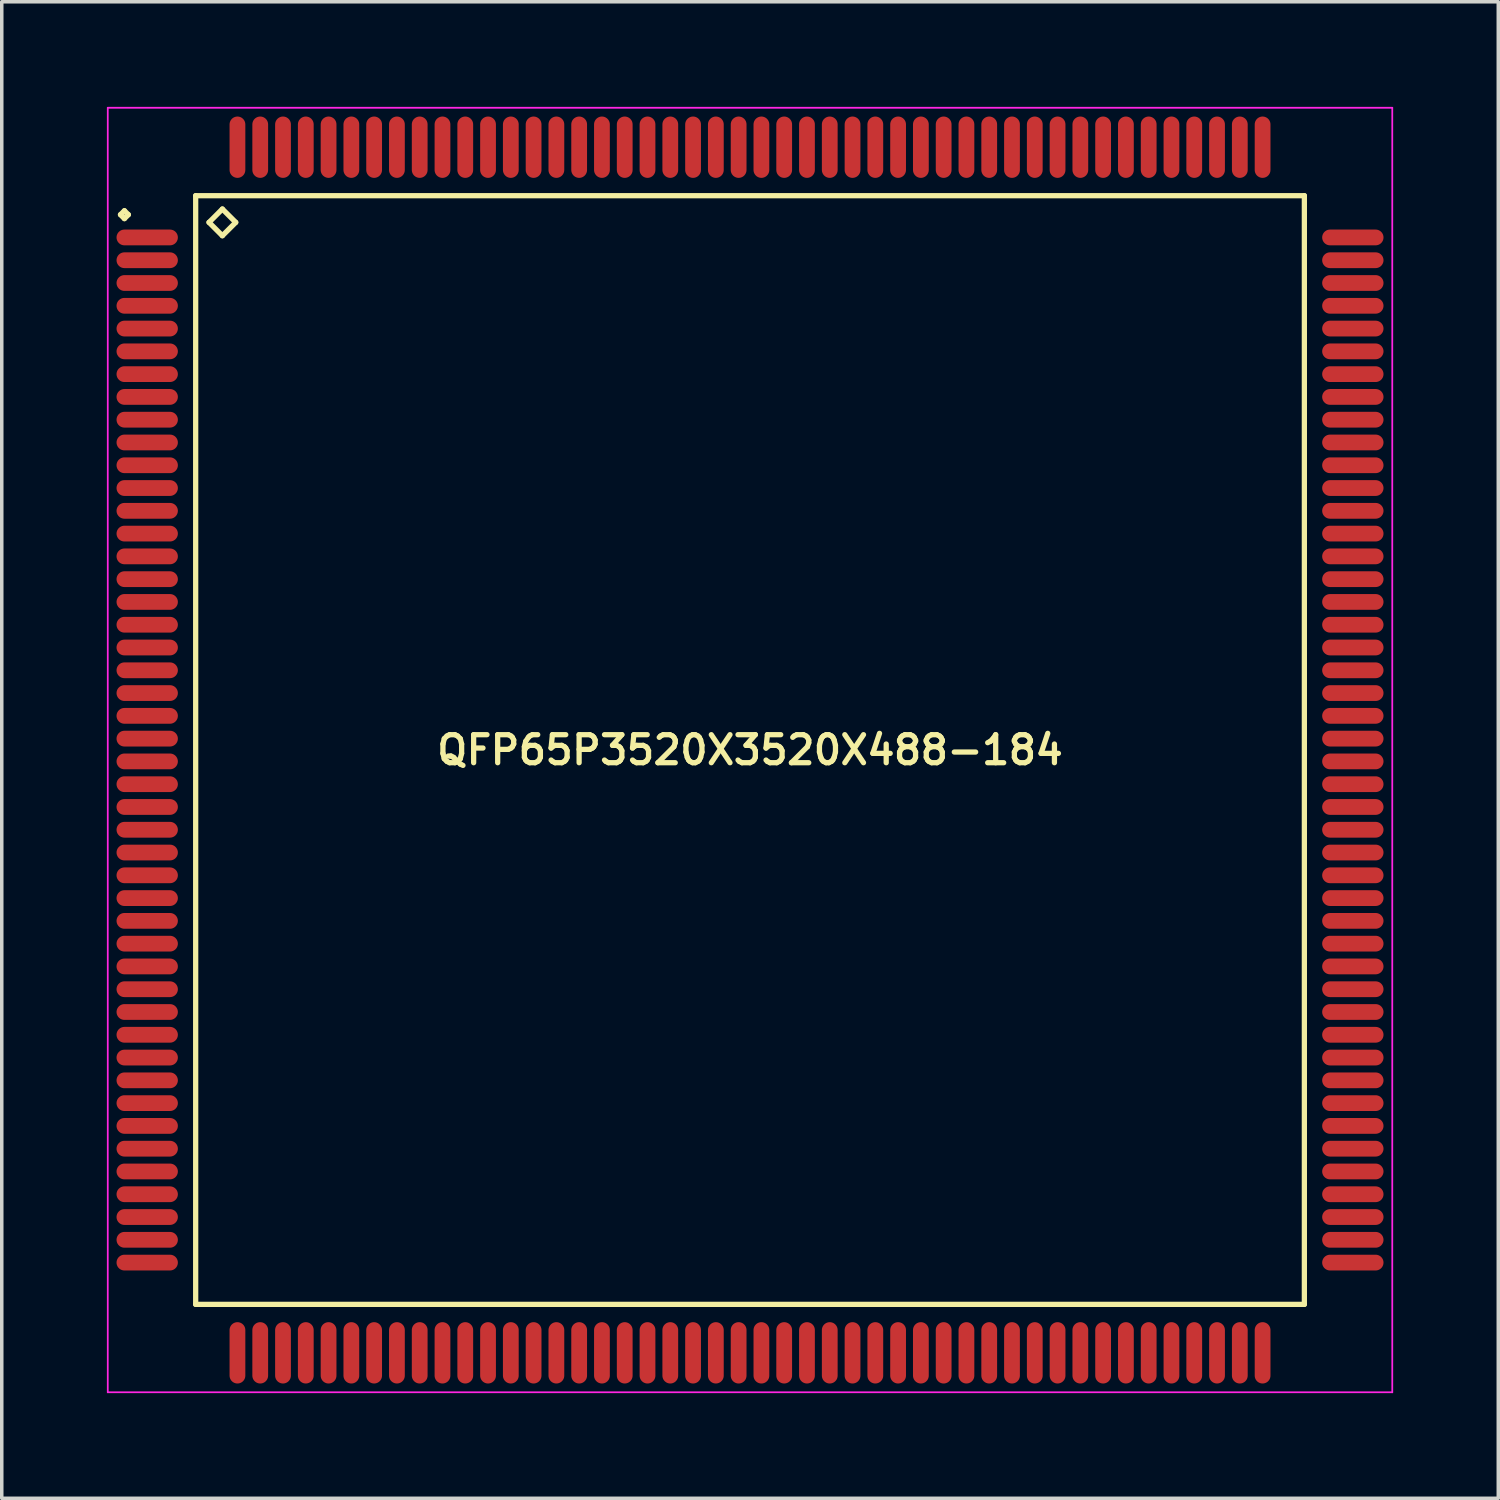
<source format=kicad_pcb>
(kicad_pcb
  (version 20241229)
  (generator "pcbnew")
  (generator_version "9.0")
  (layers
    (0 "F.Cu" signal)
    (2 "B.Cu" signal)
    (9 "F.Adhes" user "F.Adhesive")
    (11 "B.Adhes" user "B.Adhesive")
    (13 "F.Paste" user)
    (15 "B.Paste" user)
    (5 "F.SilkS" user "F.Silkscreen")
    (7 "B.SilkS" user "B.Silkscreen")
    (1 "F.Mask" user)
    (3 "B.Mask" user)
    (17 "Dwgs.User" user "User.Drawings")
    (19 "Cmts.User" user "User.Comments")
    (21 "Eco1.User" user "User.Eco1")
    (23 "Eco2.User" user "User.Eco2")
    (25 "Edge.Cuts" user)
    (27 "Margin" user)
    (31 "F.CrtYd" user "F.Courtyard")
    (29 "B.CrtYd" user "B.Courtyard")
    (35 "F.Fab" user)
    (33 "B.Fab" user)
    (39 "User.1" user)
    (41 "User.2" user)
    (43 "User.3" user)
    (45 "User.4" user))
  (footprint "QFP65P3520X3520X488-184"
    (layer "F.Cu")
    (at 18.35 18.35)
    (property "Reference" "QFP65P3520X3520X488-184" (at 0 0 0) (layer "F.SilkS") (effects (font (size 0.8 0.8) (thickness 0.15))))
    (attr smd)
    (fp_line (start -17.962 -15.275) (end -17.85 -15.387) (stroke (width 0.15) (type solid)) (layer "F.SilkS"))
    (fp_line (start -17.85 -15.387) (end -17.738 -15.275) (stroke (width 0.15) (type solid)) (layer "F.SilkS"))
    (fp_line (start -17.85 -15.162) (end -17.962 -15.275) (stroke (width 0.15) (type solid)) (layer "F.SilkS"))
    (fp_line (start -17.738 -15.275) (end -17.85 -15.162) (stroke (width 0.15) (type solid)) (layer "F.SilkS"))
    (fp_line (start -15.817 -15.817) (end -15.817 15.817) (stroke (width 0.15) (type solid)) (layer "F.SilkS"))
    (fp_line (start -15.817 15.817) (end 15.817 15.817) (stroke (width 0.15) (type solid)) (layer "F.SilkS"))
    (fp_line (start -15.436 -15.055) (end -15.055 -15.436) (stroke (width 0.15) (type solid)) (layer "F.SilkS"))
    (fp_line (start -15.055 -15.436) (end -14.674 -15.055) (stroke (width 0.15) (type solid)) (layer "F.SilkS"))
    (fp_line (start -15.055 -14.674) (end -15.436 -15.055) (stroke (width 0.15) (type solid)) (layer "F.SilkS"))
    (fp_line (start -14.674 -15.055) (end -15.055 -14.674) (stroke (width 0.15) (type solid)) (layer "F.SilkS"))
    (fp_line (start 15.817 -15.817) (end -15.817 -15.817) (stroke (width 0.15) (type solid)) (layer "F.SilkS"))
    (fp_line (start 15.817 15.817) (end 15.817 -15.817) (stroke (width 0.15) (type solid)) (layer "F.SilkS"))
    (fp_line (start -18.325 -18.325) (end 18.325 -18.325) (stroke (width 0.05) (type solid)) (layer "F.CrtYd"))
    (fp_line (start -18.325 18.325) (end -18.325 -18.325) (stroke (width 0.05) (type solid)) (layer "F.CrtYd"))
    (fp_line (start 18.325 -18.325) (end 18.325 18.325) (stroke (width 0.05) (type solid)) (layer "F.CrtYd"))
    (fp_line (start 18.325 18.325) (end -18.325 18.325) (stroke (width 0.05) (type solid)) (layer "F.CrtYd"))
    (pad "1" smd oval (at -17.2 -14.625) (size 1.75 0.45) (layers "F.Cu" "F.Mask" "F.Paste"))
    (pad "2" smd oval (at -17.2 -13.975) (size 1.75 0.45) (layers "F.Cu" "F.Mask" "F.Paste"))
    (pad "3" smd oval (at -17.2 -13.325) (size 1.75 0.45) (layers "F.Cu" "F.Mask" "F.Paste"))
    (pad "4" smd oval (at -17.2 -12.675) (size 1.75 0.45) (layers "F.Cu" "F.Mask" "F.Paste"))
    (pad "5" smd oval (at -17.2 -12.025) (size 1.75 0.45) (layers "F.Cu" "F.Mask" "F.Paste"))
    (pad "6" smd oval (at -17.2 -11.375) (size 1.75 0.45) (layers "F.Cu" "F.Mask" "F.Paste"))
    (pad "7" smd oval (at -17.2 -10.725) (size 1.75 0.45) (layers "F.Cu" "F.Mask" "F.Paste"))
    (pad "8" smd oval (at -17.2 -10.075) (size 1.75 0.45) (layers "F.Cu" "F.Mask" "F.Paste"))
    (pad "9" smd oval (at -17.2 -9.425) (size 1.75 0.45) (layers "F.Cu" "F.Mask" "F.Paste"))
    (pad "10" smd oval (at -17.2 -8.775) (size 1.75 0.45) (layers "F.Cu" "F.Mask" "F.Paste"))
    (pad "11" smd oval (at -17.2 -8.125) (size 1.75 0.45) (layers "F.Cu" "F.Mask" "F.Paste"))
    (pad "12" smd oval (at -17.2 -7.475) (size 1.75 0.45) (layers "F.Cu" "F.Mask" "F.Paste"))
    (pad "13" smd oval (at -17.2 -6.825) (size 1.75 0.45) (layers "F.Cu" "F.Mask" "F.Paste"))
    (pad "14" smd oval (at -17.2 -6.175) (size 1.75 0.45) (layers "F.Cu" "F.Mask" "F.Paste"))
    (pad "15" smd oval (at -17.2 -5.525) (size 1.75 0.45) (layers "F.Cu" "F.Mask" "F.Paste"))
    (pad "16" smd oval (at -17.2 -4.875) (size 1.75 0.45) (layers "F.Cu" "F.Mask" "F.Paste"))
    (pad "17" smd oval (at -17.2 -4.225) (size 1.75 0.45) (layers "F.Cu" "F.Mask" "F.Paste"))
    (pad "18" smd oval (at -17.2 -3.575) (size 1.75 0.45) (layers "F.Cu" "F.Mask" "F.Paste"))
    (pad "19" smd oval (at -17.2 -2.925) (size 1.75 0.45) (layers "F.Cu" "F.Mask" "F.Paste"))
    (pad "20" smd oval (at -17.2 -2.275) (size 1.75 0.45) (layers "F.Cu" "F.Mask" "F.Paste"))
    (pad "21" smd oval (at -17.2 -1.625) (size 1.75 0.45) (layers "F.Cu" "F.Mask" "F.Paste"))
    (pad "22" smd oval (at -17.2 -0.975) (size 1.75 0.45) (layers "F.Cu" "F.Mask" "F.Paste"))
    (pad "23" smd oval (at -17.2 -0.325) (size 1.75 0.45) (layers "F.Cu" "F.Mask" "F.Paste"))
    (pad "24" smd oval (at -17.2 0.325) (size 1.75 0.45) (layers "F.Cu" "F.Mask" "F.Paste"))
    (pad "25" smd oval (at -17.2 0.975) (size 1.75 0.45) (layers "F.Cu" "F.Mask" "F.Paste"))
    (pad "26" smd oval (at -17.2 1.625) (size 1.75 0.45) (layers "F.Cu" "F.Mask" "F.Paste"))
    (pad "27" smd oval (at -17.2 2.275) (size 1.75 0.45) (layers "F.Cu" "F.Mask" "F.Paste"))
    (pad "28" smd oval (at -17.2 2.925) (size 1.75 0.45) (layers "F.Cu" "F.Mask" "F.Paste"))
    (pad "29" smd oval (at -17.2 3.575) (size 1.75 0.45) (layers "F.Cu" "F.Mask" "F.Paste"))
    (pad "30" smd oval (at -17.2 4.225) (size 1.75 0.45) (layers "F.Cu" "F.Mask" "F.Paste"))
    (pad "31" smd oval (at -17.2 4.875) (size 1.75 0.45) (layers "F.Cu" "F.Mask" "F.Paste"))
    (pad "32" smd oval (at -17.2 5.525) (size 1.75 0.45) (layers "F.Cu" "F.Mask" "F.Paste"))
    (pad "33" smd oval (at -17.2 6.175) (size 1.75 0.45) (layers "F.Cu" "F.Mask" "F.Paste"))
    (pad "34" smd oval (at -17.2 6.825) (size 1.75 0.45) (layers "F.Cu" "F.Mask" "F.Paste"))
    (pad "35" smd oval (at -17.2 7.475) (size 1.75 0.45) (layers "F.Cu" "F.Mask" "F.Paste"))
    (pad "36" smd oval (at -17.2 8.125) (size 1.75 0.45) (layers "F.Cu" "F.Mask" "F.Paste"))
    (pad "37" smd oval (at -17.2 8.775) (size 1.75 0.45) (layers "F.Cu" "F.Mask" "F.Paste"))
    (pad "38" smd oval (at -17.2 9.425) (size 1.75 0.45) (layers "F.Cu" "F.Mask" "F.Paste"))
    (pad "39" smd oval (at -17.2 10.075) (size 1.75 0.45) (layers "F.Cu" "F.Mask" "F.Paste"))
    (pad "40" smd oval (at -17.2 10.725) (size 1.75 0.45) (layers "F.Cu" "F.Mask" "F.Paste"))
    (pad "41" smd oval (at -17.2 11.375) (size 1.75 0.45) (layers "F.Cu" "F.Mask" "F.Paste"))
    (pad "42" smd oval (at -17.2 12.025) (size 1.75 0.45) (layers "F.Cu" "F.Mask" "F.Paste"))
    (pad "43" smd oval (at -17.2 12.675) (size 1.75 0.45) (layers "F.Cu" "F.Mask" "F.Paste"))
    (pad "44" smd oval (at -17.2 13.325) (size 1.75 0.45) (layers "F.Cu" "F.Mask" "F.Paste"))
    (pad "45" smd oval (at -17.2 13.975) (size 1.75 0.45) (layers "F.Cu" "F.Mask" "F.Paste"))
    (pad "46" smd oval (at -17.2 14.625) (size 1.75 0.45) (layers "F.Cu" "F.Mask" "F.Paste"))
    (pad "47" smd oval (at -14.625 17.2) (size 0.45 1.75) (layers "F.Cu" "F.Mask" "F.Paste"))
    (pad "48" smd oval (at -13.975 17.2) (size 0.45 1.75) (layers "F.Cu" "F.Mask" "F.Paste"))
    (pad "49" smd oval (at -13.325 17.2) (size 0.45 1.75) (layers "F.Cu" "F.Mask" "F.Paste"))
    (pad "50" smd oval (at -12.675 17.2) (size 0.45 1.75) (layers "F.Cu" "F.Mask" "F.Paste"))
    (pad "51" smd oval (at -12.025 17.2) (size 0.45 1.75) (layers "F.Cu" "F.Mask" "F.Paste"))
    (pad "52" smd oval (at -11.375 17.2) (size 0.45 1.75) (layers "F.Cu" "F.Mask" "F.Paste"))
    (pad "53" smd oval (at -10.725 17.2) (size 0.45 1.75) (layers "F.Cu" "F.Mask" "F.Paste"))
    (pad "54" smd oval (at -10.075 17.2) (size 0.45 1.75) (layers "F.Cu" "F.Mask" "F.Paste"))
    (pad "55" smd oval (at -9.425 17.2) (size 0.45 1.75) (layers "F.Cu" "F.Mask" "F.Paste"))
    (pad "56" smd oval (at -8.775 17.2) (size 0.45 1.75) (layers "F.Cu" "F.Mask" "F.Paste"))
    (pad "57" smd oval (at -8.125 17.2) (size 0.45 1.75) (layers "F.Cu" "F.Mask" "F.Paste"))
    (pad "58" smd oval (at -7.475 17.2) (size 0.45 1.75) (layers "F.Cu" "F.Mask" "F.Paste"))
    (pad "59" smd oval (at -6.825 17.2) (size 0.45 1.75) (layers "F.Cu" "F.Mask" "F.Paste"))
    (pad "60" smd oval (at -6.175 17.2) (size 0.45 1.75) (layers "F.Cu" "F.Mask" "F.Paste"))
    (pad "61" smd oval (at -5.525 17.2) (size 0.45 1.75) (layers "F.Cu" "F.Mask" "F.Paste"))
    (pad "62" smd oval (at -4.875 17.2) (size 0.45 1.75) (layers "F.Cu" "F.Mask" "F.Paste"))
    (pad "63" smd oval (at -4.225 17.2) (size 0.45 1.75) (layers "F.Cu" "F.Mask" "F.Paste"))
    (pad "64" smd oval (at -3.575 17.2) (size 0.45 1.75) (layers "F.Cu" "F.Mask" "F.Paste"))
    (pad "65" smd oval (at -2.925 17.2) (size 0.45 1.75) (layers "F.Cu" "F.Mask" "F.Paste"))
    (pad "66" smd oval (at -2.275 17.2) (size 0.45 1.75) (layers "F.Cu" "F.Mask" "F.Paste"))
    (pad "67" smd oval (at -1.625 17.2) (size 0.45 1.75) (layers "F.Cu" "F.Mask" "F.Paste"))
    (pad "68" smd oval (at -0.975 17.2) (size 0.45 1.75) (layers "F.Cu" "F.Mask" "F.Paste"))
    (pad "69" smd oval (at -0.325 17.2) (size 0.45 1.75) (layers "F.Cu" "F.Mask" "F.Paste"))
    (pad "70" smd oval (at 0.325 17.2) (size 0.45 1.75) (layers "F.Cu" "F.Mask" "F.Paste"))
    (pad "71" smd oval (at 0.975 17.2) (size 0.45 1.75) (layers "F.Cu" "F.Mask" "F.Paste"))
    (pad "72" smd oval (at 1.625 17.2) (size 0.45 1.75) (layers "F.Cu" "F.Mask" "F.Paste"))
    (pad "73" smd oval (at 2.275 17.2) (size 0.45 1.75) (layers "F.Cu" "F.Mask" "F.Paste"))
    (pad "74" smd oval (at 2.925 17.2) (size 0.45 1.75) (layers "F.Cu" "F.Mask" "F.Paste"))
    (pad "75" smd oval (at 3.575 17.2) (size 0.45 1.75) (layers "F.Cu" "F.Mask" "F.Paste"))
    (pad "76" smd oval (at 4.225 17.2) (size 0.45 1.75) (layers "F.Cu" "F.Mask" "F.Paste"))
    (pad "77" smd oval (at 4.875 17.2) (size 0.45 1.75) (layers "F.Cu" "F.Mask" "F.Paste"))
    (pad "78" smd oval (at 5.525 17.2) (size 0.45 1.75) (layers "F.Cu" "F.Mask" "F.Paste"))
    (pad "79" smd oval (at 6.175 17.2) (size 0.45 1.75) (layers "F.Cu" "F.Mask" "F.Paste"))
    (pad "80" smd oval (at 6.825 17.2) (size 0.45 1.75) (layers "F.Cu" "F.Mask" "F.Paste"))
    (pad "81" smd oval (at 7.475 17.2) (size 0.45 1.75) (layers "F.Cu" "F.Mask" "F.Paste"))
    (pad "82" smd oval (at 8.125 17.2) (size 0.45 1.75) (layers "F.Cu" "F.Mask" "F.Paste"))
    (pad "83" smd oval (at 8.775 17.2) (size 0.45 1.75) (layers "F.Cu" "F.Mask" "F.Paste"))
    (pad "84" smd oval (at 9.425 17.2) (size 0.45 1.75) (layers "F.Cu" "F.Mask" "F.Paste"))
    (pad "85" smd oval (at 10.075 17.2) (size 0.45 1.75) (layers "F.Cu" "F.Mask" "F.Paste"))
    (pad "86" smd oval (at 10.725 17.2) (size 0.45 1.75) (layers "F.Cu" "F.Mask" "F.Paste"))
    (pad "87" smd oval (at 11.375 17.2) (size 0.45 1.75) (layers "F.Cu" "F.Mask" "F.Paste"))
    (pad "88" smd oval (at 12.025 17.2) (size 0.45 1.75) (layers "F.Cu" "F.Mask" "F.Paste"))
    (pad "89" smd oval (at 12.675 17.2) (size 0.45 1.75) (layers "F.Cu" "F.Mask" "F.Paste"))
    (pad "90" smd oval (at 13.325 17.2) (size 0.45 1.75) (layers "F.Cu" "F.Mask" "F.Paste"))
    (pad "91" smd oval (at 13.975 17.2) (size 0.45 1.75) (layers "F.Cu" "F.Mask" "F.Paste"))
    (pad "92" smd oval (at 14.625 17.2) (size 0.45 1.75) (layers "F.Cu" "F.Mask" "F.Paste"))
    (pad "93" smd oval (at 17.2 14.625) (size 1.75 0.45) (layers "F.Cu" "F.Mask" "F.Paste"))
    (pad "94" smd oval (at 17.2 13.975) (size 1.75 0.45) (layers "F.Cu" "F.Mask" "F.Paste"))
    (pad "95" smd oval (at 17.2 13.325) (size 1.75 0.45) (layers "F.Cu" "F.Mask" "F.Paste"))
    (pad "96" smd oval (at 17.2 12.675) (size 1.75 0.45) (layers "F.Cu" "F.Mask" "F.Paste"))
    (pad "97" smd oval (at 17.2 12.025) (size 1.75 0.45) (layers "F.Cu" "F.Mask" "F.Paste"))
    (pad "98" smd oval (at 17.2 11.375) (size 1.75 0.45) (layers "F.Cu" "F.Mask" "F.Paste"))
    (pad "99" smd oval (at 17.2 10.725) (size 1.75 0.45) (layers "F.Cu" "F.Mask" "F.Paste"))
    (pad "100" smd oval (at 17.2 10.075) (size 1.75 0.45) (layers "F.Cu" "F.Mask" "F.Paste"))
    (pad "101" smd oval (at 17.2 9.425) (size 1.75 0.45) (layers "F.Cu" "F.Mask" "F.Paste"))
    (pad "102" smd oval (at 17.2 8.775) (size 1.75 0.45) (layers "F.Cu" "F.Mask" "F.Paste"))
    (pad "103" smd oval (at 17.2 8.125) (size 1.75 0.45) (layers "F.Cu" "F.Mask" "F.Paste"))
    (pad "104" smd oval (at 17.2 7.475) (size 1.75 0.45) (layers "F.Cu" "F.Mask" "F.Paste"))
    (pad "105" smd oval (at 17.2 6.825) (size 1.75 0.45) (layers "F.Cu" "F.Mask" "F.Paste"))
    (pad "106" smd oval (at 17.2 6.175) (size 1.75 0.45) (layers "F.Cu" "F.Mask" "F.Paste"))
    (pad "107" smd oval (at 17.2 5.525) (size 1.75 0.45) (layers "F.Cu" "F.Mask" "F.Paste"))
    (pad "108" smd oval (at 17.2 4.875) (size 1.75 0.45) (layers "F.Cu" "F.Mask" "F.Paste"))
    (pad "109" smd oval (at 17.2 4.225) (size 1.75 0.45) (layers "F.Cu" "F.Mask" "F.Paste"))
    (pad "110" smd oval (at 17.2 3.575) (size 1.75 0.45) (layers "F.Cu" "F.Mask" "F.Paste"))
    (pad "111" smd oval (at 17.2 2.925) (size 1.75 0.45) (layers "F.Cu" "F.Mask" "F.Paste"))
    (pad "112" smd oval (at 17.2 2.275) (size 1.75 0.45) (layers "F.Cu" "F.Mask" "F.Paste"))
    (pad "113" smd oval (at 17.2 1.625) (size 1.75 0.45) (layers "F.Cu" "F.Mask" "F.Paste"))
    (pad "114" smd oval (at 17.2 0.975) (size 1.75 0.45) (layers "F.Cu" "F.Mask" "F.Paste"))
    (pad "115" smd oval (at 17.2 0.325) (size 1.75 0.45) (layers "F.Cu" "F.Mask" "F.Paste"))
    (pad "116" smd oval (at 17.2 -0.325) (size 1.75 0.45) (layers "F.Cu" "F.Mask" "F.Paste"))
    (pad "117" smd oval (at 17.2 -0.975) (size 1.75 0.45) (layers "F.Cu" "F.Mask" "F.Paste"))
    (pad "118" smd oval (at 17.2 -1.625) (size 1.75 0.45) (layers "F.Cu" "F.Mask" "F.Paste"))
    (pad "119" smd oval (at 17.2 -2.275) (size 1.75 0.45) (layers "F.Cu" "F.Mask" "F.Paste"))
    (pad "120" smd oval (at 17.2 -2.925) (size 1.75 0.45) (layers "F.Cu" "F.Mask" "F.Paste"))
    (pad "121" smd oval (at 17.2 -3.575) (size 1.75 0.45) (layers "F.Cu" "F.Mask" "F.Paste"))
    (pad "122" smd oval (at 17.2 -4.225) (size 1.75 0.45) (layers "F.Cu" "F.Mask" "F.Paste"))
    (pad "123" smd oval (at 17.2 -4.875) (size 1.75 0.45) (layers "F.Cu" "F.Mask" "F.Paste"))
    (pad "124" smd oval (at 17.2 -5.525) (size 1.75 0.45) (layers "F.Cu" "F.Mask" "F.Paste"))
    (pad "125" smd oval (at 17.2 -6.175) (size 1.75 0.45) (layers "F.Cu" "F.Mask" "F.Paste"))
    (pad "126" smd oval (at 17.2 -6.825) (size 1.75 0.45) (layers "F.Cu" "F.Mask" "F.Paste"))
    (pad "127" smd oval (at 17.2 -7.475) (size 1.75 0.45) (layers "F.Cu" "F.Mask" "F.Paste"))
    (pad "128" smd oval (at 17.2 -8.125) (size 1.75 0.45) (layers "F.Cu" "F.Mask" "F.Paste"))
    (pad "129" smd oval (at 17.2 -8.775) (size 1.75 0.45) (layers "F.Cu" "F.Mask" "F.Paste"))
    (pad "130" smd oval (at 17.2 -9.425) (size 1.75 0.45) (layers "F.Cu" "F.Mask" "F.Paste"))
    (pad "131" smd oval (at 17.2 -10.075) (size 1.75 0.45) (layers "F.Cu" "F.Mask" "F.Paste"))
    (pad "132" smd oval (at 17.2 -10.725) (size 1.75 0.45) (layers "F.Cu" "F.Mask" "F.Paste"))
    (pad "133" smd oval (at 17.2 -11.375) (size 1.75 0.45) (layers "F.Cu" "F.Mask" "F.Paste"))
    (pad "134" smd oval (at 17.2 -12.025) (size 1.75 0.45) (layers "F.Cu" "F.Mask" "F.Paste"))
    (pad "135" smd oval (at 17.2 -12.675) (size 1.75 0.45) (layers "F.Cu" "F.Mask" "F.Paste"))
    (pad "136" smd oval (at 17.2 -13.325) (size 1.75 0.45) (layers "F.Cu" "F.Mask" "F.Paste"))
    (pad "137" smd oval (at 17.2 -13.975) (size 1.75 0.45) (layers "F.Cu" "F.Mask" "F.Paste"))
    (pad "138" smd oval (at 17.2 -14.625) (size 1.75 0.45) (layers "F.Cu" "F.Mask" "F.Paste"))
    (pad "139" smd oval (at 14.625 -17.2) (size 0.45 1.75) (layers "F.Cu" "F.Mask" "F.Paste"))
    (pad "140" smd oval (at 13.975 -17.2) (size 0.45 1.75) (layers "F.Cu" "F.Mask" "F.Paste"))
    (pad "141" smd oval (at 13.325 -17.2) (size 0.45 1.75) (layers "F.Cu" "F.Mask" "F.Paste"))
    (pad "142" smd oval (at 12.675 -17.2) (size 0.45 1.75) (layers "F.Cu" "F.Mask" "F.Paste"))
    (pad "143" smd oval (at 12.025 -17.2) (size 0.45 1.75) (layers "F.Cu" "F.Mask" "F.Paste"))
    (pad "144" smd oval (at 11.375 -17.2) (size 0.45 1.75) (layers "F.Cu" "F.Mask" "F.Paste"))
    (pad "145" smd oval (at 10.725 -17.2) (size 0.45 1.75) (layers "F.Cu" "F.Mask" "F.Paste"))
    (pad "146" smd oval (at 10.075 -17.2) (size 0.45 1.75) (layers "F.Cu" "F.Mask" "F.Paste"))
    (pad "147" smd oval (at 9.425 -17.2) (size 0.45 1.75) (layers "F.Cu" "F.Mask" "F.Paste"))
    (pad "148" smd oval (at 8.775 -17.2) (size 0.45 1.75) (layers "F.Cu" "F.Mask" "F.Paste"))
    (pad "149" smd oval (at 8.125 -17.2) (size 0.45 1.75) (layers "F.Cu" "F.Mask" "F.Paste"))
    (pad "150" smd oval (at 7.475 -17.2) (size 0.45 1.75) (layers "F.Cu" "F.Mask" "F.Paste"))
    (pad "151" smd oval (at 6.825 -17.2) (size 0.45 1.75) (layers "F.Cu" "F.Mask" "F.Paste"))
    (pad "152" smd oval (at 6.175 -17.2) (size 0.45 1.75) (layers "F.Cu" "F.Mask" "F.Paste"))
    (pad "153" smd oval (at 5.525 -17.2) (size 0.45 1.75) (layers "F.Cu" "F.Mask" "F.Paste"))
    (pad "154" smd oval (at 4.875 -17.2) (size 0.45 1.75) (layers "F.Cu" "F.Mask" "F.Paste"))
    (pad "155" smd oval (at 4.225 -17.2) (size 0.45 1.75) (layers "F.Cu" "F.Mask" "F.Paste"))
    (pad "156" smd oval (at 3.575 -17.2) (size 0.45 1.75) (layers "F.Cu" "F.Mask" "F.Paste"))
    (pad "157" smd oval (at 2.925 -17.2) (size 0.45 1.75) (layers "F.Cu" "F.Mask" "F.Paste"))
    (pad "158" smd oval (at 2.275 -17.2) (size 0.45 1.75) (layers "F.Cu" "F.Mask" "F.Paste"))
    (pad "159" smd oval (at 1.625 -17.2) (size 0.45 1.75) (layers "F.Cu" "F.Mask" "F.Paste"))
    (pad "160" smd oval (at 0.975 -17.2) (size 0.45 1.75) (layers "F.Cu" "F.Mask" "F.Paste"))
    (pad "161" smd oval (at 0.325 -17.2) (size 0.45 1.75) (layers "F.Cu" "F.Mask" "F.Paste"))
    (pad "162" smd oval (at -0.325 -17.2) (size 0.45 1.75) (layers "F.Cu" "F.Mask" "F.Paste"))
    (pad "163" smd oval (at -0.975 -17.2) (size 0.45 1.75) (layers "F.Cu" "F.Mask" "F.Paste"))
    (pad "164" smd oval (at -1.625 -17.2) (size 0.45 1.75) (layers "F.Cu" "F.Mask" "F.Paste"))
    (pad "165" smd oval (at -2.275 -17.2) (size 0.45 1.75) (layers "F.Cu" "F.Mask" "F.Paste"))
    (pad "166" smd oval (at -2.925 -17.2) (size 0.45 1.75) (layers "F.Cu" "F.Mask" "F.Paste"))
    (pad "167" smd oval (at -3.575 -17.2) (size 0.45 1.75) (layers "F.Cu" "F.Mask" "F.Paste"))
    (pad "168" smd oval (at -4.225 -17.2) (size 0.45 1.75) (layers "F.Cu" "F.Mask" "F.Paste"))
    (pad "169" smd oval (at -4.875 -17.2) (size 0.45 1.75) (layers "F.Cu" "F.Mask" "F.Paste"))
    (pad "170" smd oval (at -5.525 -17.2) (size 0.45 1.75) (layers "F.Cu" "F.Mask" "F.Paste"))
    (pad "171" smd oval (at -6.175 -17.2) (size 0.45 1.75) (layers "F.Cu" "F.Mask" "F.Paste"))
    (pad "172" smd oval (at -6.825 -17.2) (size 0.45 1.75) (layers "F.Cu" "F.Mask" "F.Paste"))
    (pad "173" smd oval (at -7.475 -17.2) (size 0.45 1.75) (layers "F.Cu" "F.Mask" "F.Paste"))
    (pad "174" smd oval (at -8.125 -17.2) (size 0.45 1.75) (layers "F.Cu" "F.Mask" "F.Paste"))
    (pad "175" smd oval (at -8.775 -17.2) (size 0.45 1.75) (layers "F.Cu" "F.Mask" "F.Paste"))
    (pad "176" smd oval (at -9.425 -17.2) (size 0.45 1.75) (layers "F.Cu" "F.Mask" "F.Paste"))
    (pad "177" smd oval (at -10.075 -17.2) (size 0.45 1.75) (layers "F.Cu" "F.Mask" "F.Paste"))
    (pad "178" smd oval (at -10.725 -17.2) (size 0.45 1.75) (layers "F.Cu" "F.Mask" "F.Paste"))
    (pad "179" smd oval (at -11.375 -17.2) (size 0.45 1.75) (layers "F.Cu" "F.Mask" "F.Paste"))
    (pad "180" smd oval (at -12.025 -17.2) (size 0.45 1.75) (layers "F.Cu" "F.Mask" "F.Paste"))
    (pad "181" smd oval (at -12.675 -17.2) (size 0.45 1.75) (layers "F.Cu" "F.Mask" "F.Paste"))
    (pad "182" smd oval (at -13.325 -17.2) (size 0.45 1.75) (layers "F.Cu" "F.Mask" "F.Paste"))
    (pad "183" smd oval (at -13.975 -17.2) (size 0.45 1.75) (layers "F.Cu" "F.Mask" "F.Paste"))
    (pad "184" smd oval (at -14.625 -17.2) (size 0.45 1.75) (layers "F.Cu" "F.Mask" "F.Paste")))
  (gr_rect
    (start -3 -3)
    (end 39.7 39.7)
    (stroke (width 0.1) (type default))
    (fill no)
    (layer "Edge.Cuts")))
</source>
